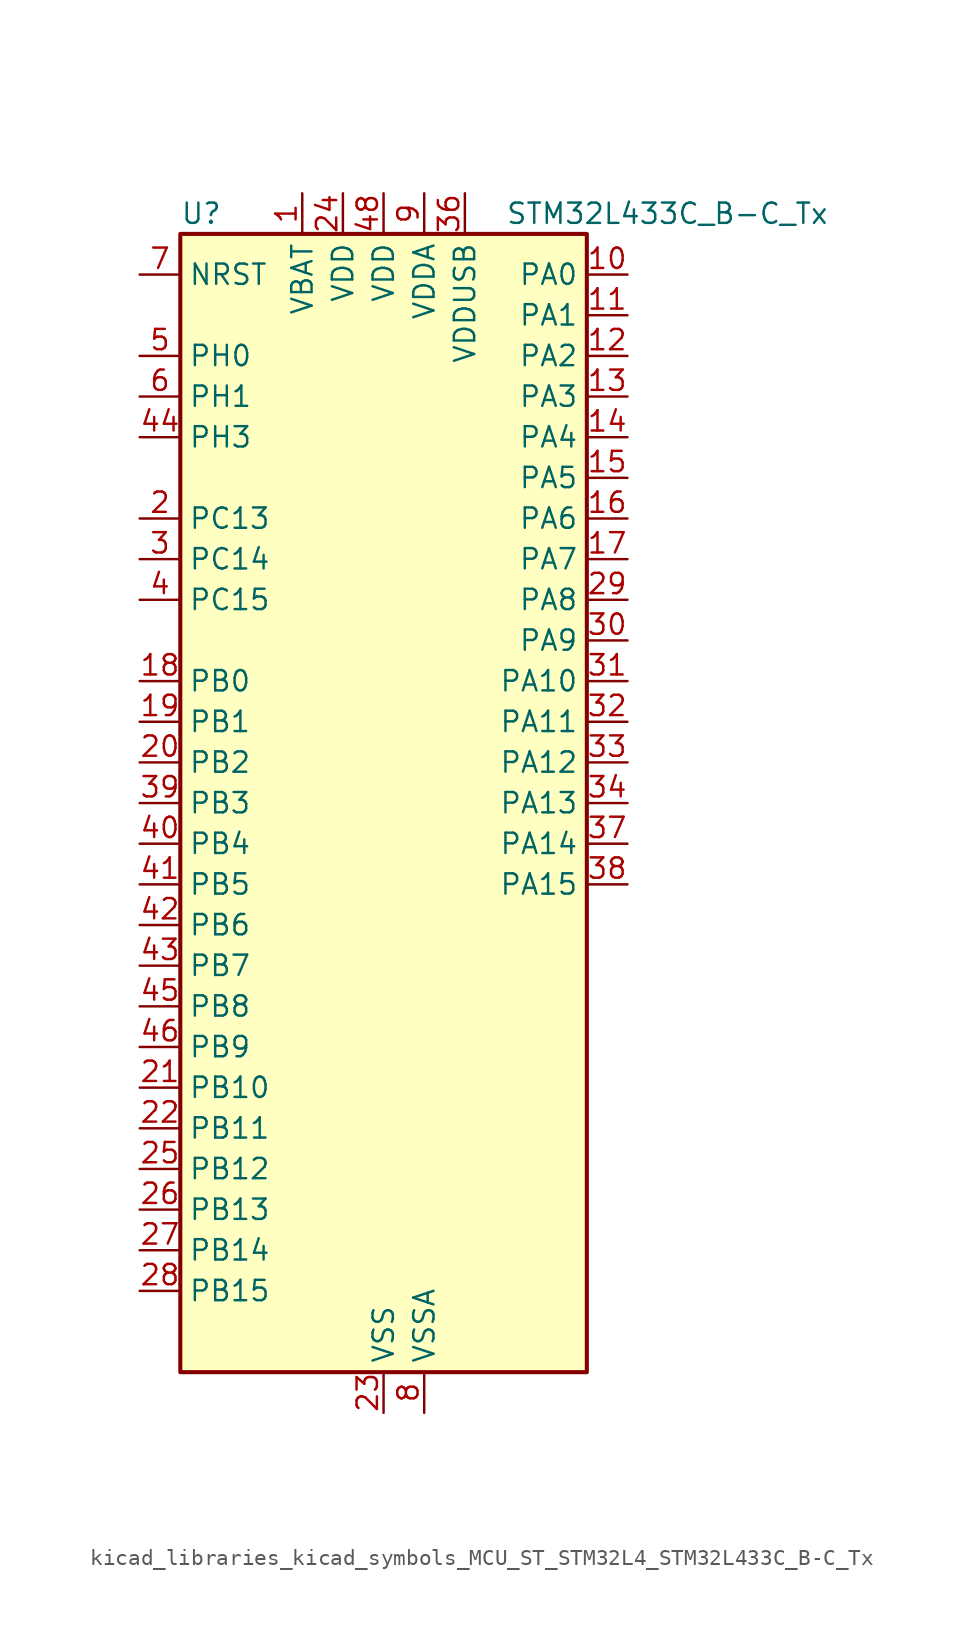
<source format=kicad_sym>
(kicad_symbol_lib
  (version 20220914)
  (generator kicad_symbol_editor)
  (symbol "kicad_libraries_kicad_symbols_MCU_ST_STM32L4_STM32L433C_B-C_Tx"
    (property "Reference" "U"
      (at -12.7 36.83 0)
      (effects (font (size 1.27 1.27)) (justify left)))
    (property "Value" "STM32L433C_B-C_Tx"
      (at 7.62 36.83 0)
      (effects (font (size 1.27 1.27)) (justify left)))
    (property "ki_locked" ""
      (at 0 0 0)
      (effects (font (size 1.27 1.27))))
    (symbol "kicad_libraries_kicad_symbols_MCU_ST_STM32L4_STM32L433C_B-C_Tx_0_1"
      (rectangle (start -12.7 -35.56) (end 12.7 35.56) (stroke (width 0.254) (type default)) (fill (type background))))
    (symbol "kicad_libraries_kicad_symbols_MCU_ST_STM32L4_STM32L433C_B-C_Tx_1_1"
      (pin power_in line (at -5.08 38.1 270) (length 2.54) (name "VBAT" (effects (font (size 1.27 1.27)))) (number "1" (effects (font (size 1.27 1.27)))))
      (pin bidirectional line (at 15.24 33.02 180) (length 2.54) (name "PA0" (effects (font (size 1.27 1.27)))) (number "10" (effects (font (size 1.27 1.27)))) (alternate "ADC1_IN5" bidirectional line) (alternate "COMP1_INM" bidirectional line) (alternate "COMP1_OUT" bidirectional line) (alternate "OPAMP1_VINP" bidirectional line) (alternate "RTC_TAMP2" bidirectional line) (alternate "SAI1_EXTCLK" bidirectional line) (alternate "SYS_WKUP1" bidirectional line) (alternate "TIM2_CH1" bidirectional line) (alternate "TIM2_ETR" bidirectional line) (alternate "USART2_CTS" bidirectional line))
      (pin bidirectional line (at 15.24 30.48 180) (length 2.54) (name "PA1" (effects (font (size 1.27 1.27)))) (number "11" (effects (font (size 1.27 1.27)))) (alternate "ADC1_IN6" bidirectional line) (alternate "COMP1_INP" bidirectional line) (alternate "I2C1_SMBA" bidirectional line) (alternate "LCD_SEG0" bidirectional line) (alternate "OPAMP1_VINM" bidirectional line) (alternate "SPI1_SCK" bidirectional line) (alternate "TIM15_CH1N" bidirectional line) (alternate "TIM2_CH2" bidirectional line) (alternate "USART2_DE" bidirectional line) (alternate "USART2_RTS" bidirectional line))
      (pin bidirectional line (at 15.24 27.94 180) (length 2.54) (name "PA2" (effects (font (size 1.27 1.27)))) (number "12" (effects (font (size 1.27 1.27)))) (alternate "ADC1_IN7" bidirectional line) (alternate "COMP2_INM" bidirectional line) (alternate "COMP2_OUT" bidirectional line) (alternate "LCD_SEG1" bidirectional line) (alternate "LPUART1_TX" bidirectional line) (alternate "QUADSPI_BK1_NCS" bidirectional line) (alternate "RCC_LSCO" bidirectional line) (alternate "SYS_WKUP4" bidirectional line) (alternate "TIM15_CH1" bidirectional line) (alternate "TIM2_CH3" bidirectional line) (alternate "USART2_TX" bidirectional line))
      (pin bidirectional line (at 15.24 25.4 180) (length 2.54) (name "PA3" (effects (font (size 1.27 1.27)))) (number "13" (effects (font (size 1.27 1.27)))) (alternate "ADC1_IN8" bidirectional line) (alternate "COMP2_INP" bidirectional line) (alternate "LCD_SEG2" bidirectional line) (alternate "LPUART1_RX" bidirectional line) (alternate "OPAMP1_VOUT" bidirectional line) (alternate "QUADSPI_CLK" bidirectional line) (alternate "SAI1_MCLK_A" bidirectional line) (alternate "TIM15_CH2" bidirectional line) (alternate "TIM2_CH4" bidirectional line) (alternate "USART2_RX" bidirectional line))
      (pin bidirectional line (at 15.24 22.86 180) (length 2.54) (name "PA4" (effects (font (size 1.27 1.27)))) (number "14" (effects (font (size 1.27 1.27)))) (alternate "ADC1_IN9" bidirectional line) (alternate "COMP1_INM" bidirectional line) (alternate "COMP2_INM" bidirectional line) (alternate "DAC1_OUT1" bidirectional line) (alternate "LPTIM2_OUT" bidirectional line) (alternate "SAI1_FS_B" bidirectional line) (alternate "SPI1_NSS" bidirectional line) (alternate "SPI3_NSS" bidirectional line) (alternate "USART2_CK" bidirectional line))
      (pin bidirectional line (at 15.24 20.32 180) (length 2.54) (name "PA5" (effects (font (size 1.27 1.27)))) (number "15" (effects (font (size 1.27 1.27)))) (alternate "ADC1_IN10" bidirectional line) (alternate "COMP1_INM" bidirectional line) (alternate "COMP2_INM" bidirectional line) (alternate "DAC1_OUT2" bidirectional line) (alternate "LPTIM2_ETR" bidirectional line) (alternate "SPI1_SCK" bidirectional line) (alternate "TIM2_CH1" bidirectional line) (alternate "TIM2_ETR" bidirectional line))
      (pin bidirectional line (at 15.24 17.78 180) (length 2.54) (name "PA6" (effects (font (size 1.27 1.27)))) (number "16" (effects (font (size 1.27 1.27)))) (alternate "ADC1_IN11" bidirectional line) (alternate "COMP1_OUT" bidirectional line) (alternate "LCD_SEG3" bidirectional line) (alternate "LPUART1_CTS" bidirectional line) (alternate "QUADSPI_BK1_IO3" bidirectional line) (alternate "SPI1_MISO" bidirectional line) (alternate "TIM16_CH1" bidirectional line) (alternate "TIM1_BKIN" bidirectional line) (alternate "TIM1_BKIN_COMP2" bidirectional line) (alternate "USART3_CTS" bidirectional line))
      (pin bidirectional line (at 15.24 15.24 180) (length 2.54) (name "PA7" (effects (font (size 1.27 1.27)))) (number "17" (effects (font (size 1.27 1.27)))) (alternate "ADC1_IN12" bidirectional line) (alternate "COMP2_OUT" bidirectional line) (alternate "I2C3_SCL" bidirectional line) (alternate "LCD_SEG4" bidirectional line) (alternate "QUADSPI_BK1_IO2" bidirectional line) (alternate "SPI1_MOSI" bidirectional line) (alternate "TIM1_CH1N" bidirectional line))
      (pin bidirectional line (at -15.24 7.62 0) (length 2.54) (name "PB0" (effects (font (size 1.27 1.27)))) (number "18" (effects (font (size 1.27 1.27)))) (alternate "ADC1_IN15" bidirectional line) (alternate "COMP1_OUT" bidirectional line) (alternate "LCD_SEG5" bidirectional line) (alternate "QUADSPI_BK1_IO1" bidirectional line) (alternate "SAI1_EXTCLK" bidirectional line) (alternate "SPI1_NSS" bidirectional line) (alternate "TIM1_CH2N" bidirectional line) (alternate "USART3_CK" bidirectional line))
      (pin bidirectional line (at -15.24 5.08 0) (length 2.54) (name "PB1" (effects (font (size 1.27 1.27)))) (number "19" (effects (font (size 1.27 1.27)))) (alternate "ADC1_IN16" bidirectional line) (alternate "COMP1_INM" bidirectional line) (alternate "LCD_SEG6" bidirectional line) (alternate "LPTIM2_IN1" bidirectional line) (alternate "LPUART1_DE" bidirectional line) (alternate "LPUART1_RTS" bidirectional line) (alternate "QUADSPI_BK1_IO0" bidirectional line) (alternate "TIM1_CH3N" bidirectional line) (alternate "USART3_DE" bidirectional line) (alternate "USART3_RTS" bidirectional line))
      (pin bidirectional line (at -15.24 17.78 0) (length 2.54) (name "PC13" (effects (font (size 1.27 1.27)))) (number "2" (effects (font (size 1.27 1.27)))) (alternate "RTC_OUT_ALARM" bidirectional line) (alternate "RTC_OUT_CALIB" bidirectional line) (alternate "RTC_TAMP1" bidirectional line) (alternate "RTC_TS" bidirectional line) (alternate "SYS_WKUP2" bidirectional line))
      (pin bidirectional line (at -15.24 2.54 0) (length 2.54) (name "PB2" (effects (font (size 1.27 1.27)))) (number "20" (effects (font (size 1.27 1.27)))) (alternate "COMP1_INP" bidirectional line) (alternate "I2C3_SMBA" bidirectional line) (alternate "LCD_VLCD" bidirectional line) (alternate "LPTIM1_OUT" bidirectional line) (alternate "RTC_OUT_ALARM" bidirectional line) (alternate "RTC_OUT_CALIB" bidirectional line))
      (pin bidirectional line (at -15.24 -17.78 0) (length 2.54) (name "PB10" (effects (font (size 1.27 1.27)))) (number "21" (effects (font (size 1.27 1.27)))) (alternate "COMP1_OUT" bidirectional line) (alternate "I2C2_SCL" bidirectional line) (alternate "LCD_SEG10" bidirectional line) (alternate "LPUART1_RX" bidirectional line) (alternate "QUADSPI_CLK" bidirectional line) (alternate "SAI1_SCK_A" bidirectional line) (alternate "SPI2_SCK" bidirectional line) (alternate "TIM2_CH3" bidirectional line) (alternate "TSC_SYNC" bidirectional line) (alternate "USART3_TX" bidirectional line))
      (pin bidirectional line (at -15.24 -20.32 0) (length 2.54) (name "PB11" (effects (font (size 1.27 1.27)))) (number "22" (effects (font (size 1.27 1.27)))) (alternate "ADC1_EXTI11" bidirectional line) (alternate "COMP2_OUT" bidirectional line) (alternate "I2C2_SDA" bidirectional line) (alternate "LCD_SEG11" bidirectional line) (alternate "LPUART1_TX" bidirectional line) (alternate "QUADSPI_BK1_NCS" bidirectional line) (alternate "TIM2_CH4" bidirectional line) (alternate "USART3_RX" bidirectional line))
      (pin power_in line (at 0 -38.1 90) (length 2.54) (name "VSS" (effects (font (size 1.27 1.27)))) (number "23" (effects (font (size 1.27 1.27)))))
      (pin power_in line (at -2.54 38.1 270) (length 2.54) (name "VDD" (effects (font (size 1.27 1.27)))) (number "24" (effects (font (size 1.27 1.27)))))
      (pin bidirectional line (at -15.24 -22.86 0) (length 2.54) (name "PB12" (effects (font (size 1.27 1.27)))) (number "25" (effects (font (size 1.27 1.27)))) (alternate "I2C2_SMBA" bidirectional line) (alternate "LCD_SEG12" bidirectional line) (alternate "LPUART1_DE" bidirectional line) (alternate "LPUART1_RTS" bidirectional line) (alternate "SAI1_FS_A" bidirectional line) (alternate "SPI2_NSS" bidirectional line) (alternate "SWPMI1_IO" bidirectional line) (alternate "TIM15_BKIN" bidirectional line) (alternate "TIM1_BKIN" bidirectional line) (alternate "TIM1_BKIN_COMP2" bidirectional line) (alternate "TSC_G1_IO1" bidirectional line) (alternate "USART3_CK" bidirectional line))
      (pin bidirectional line (at -15.24 -25.4 0) (length 2.54) (name "PB13" (effects (font (size 1.27 1.27)))) (number "26" (effects (font (size 1.27 1.27)))) (alternate "I2C2_SCL" bidirectional line) (alternate "LCD_SEG13" bidirectional line) (alternate "LPUART1_CTS" bidirectional line) (alternate "SAI1_SCK_A" bidirectional line) (alternate "SPI2_SCK" bidirectional line) (alternate "SWPMI1_TX" bidirectional line) (alternate "TIM15_CH1N" bidirectional line) (alternate "TIM1_CH1N" bidirectional line) (alternate "TSC_G1_IO2" bidirectional line) (alternate "USART3_CTS" bidirectional line))
      (pin bidirectional line (at -15.24 -27.94 0) (length 2.54) (name "PB14" (effects (font (size 1.27 1.27)))) (number "27" (effects (font (size 1.27 1.27)))) (alternate "I2C2_SDA" bidirectional line) (alternate "LCD_SEG14" bidirectional line) (alternate "SAI1_MCLK_A" bidirectional line) (alternate "SPI2_MISO" bidirectional line) (alternate "SWPMI1_RX" bidirectional line) (alternate "TIM15_CH1" bidirectional line) (alternate "TIM1_CH2N" bidirectional line) (alternate "TSC_G1_IO3" bidirectional line) (alternate "USART3_DE" bidirectional line) (alternate "USART3_RTS" bidirectional line))
      (pin bidirectional line (at -15.24 -30.48 0) (length 2.54) (name "PB15" (effects (font (size 1.27 1.27)))) (number "28" (effects (font (size 1.27 1.27)))) (alternate "ADC1_EXTI15" bidirectional line) (alternate "LCD_SEG15" bidirectional line) (alternate "RTC_REFIN" bidirectional line) (alternate "SAI1_SD_A" bidirectional line) (alternate "SPI2_MOSI" bidirectional line) (alternate "SWPMI1_SUSPEND" bidirectional line) (alternate "TIM15_CH2" bidirectional line) (alternate "TIM1_CH3N" bidirectional line) (alternate "TSC_G1_IO4" bidirectional line))
      (pin bidirectional line (at 15.24 12.7 180) (length 2.54) (name "PA8" (effects (font (size 1.27 1.27)))) (number "29" (effects (font (size 1.27 1.27)))) (alternate "LCD_COM0" bidirectional line) (alternate "LPTIM2_OUT" bidirectional line) (alternate "RCC_MCO" bidirectional line) (alternate "SAI1_SCK_A" bidirectional line) (alternate "SWPMI1_IO" bidirectional line) (alternate "TIM1_CH1" bidirectional line) (alternate "USART1_CK" bidirectional line))
      (pin bidirectional line (at -15.24 15.24 0) (length 2.54) (name "PC14" (effects (font (size 1.27 1.27)))) (number "3" (effects (font (size 1.27 1.27)))) (alternate "RCC_OSC32_IN" bidirectional line))
      (pin bidirectional line (at 15.24 10.16 180) (length 2.54) (name "PA9" (effects (font (size 1.27 1.27)))) (number "30" (effects (font (size 1.27 1.27)))) (alternate "DAC1_EXTI9" bidirectional line) (alternate "I2C1_SCL" bidirectional line) (alternate "LCD_COM1" bidirectional line) (alternate "SAI1_FS_A" bidirectional line) (alternate "TIM15_BKIN" bidirectional line) (alternate "TIM1_CH2" bidirectional line) (alternate "USART1_TX" bidirectional line))
      (pin bidirectional line (at 15.24 7.62 180) (length 2.54) (name "PA10" (effects (font (size 1.27 1.27)))) (number "31" (effects (font (size 1.27 1.27)))) (alternate "CRS_SYNC" bidirectional line) (alternate "I2C1_SDA" bidirectional line) (alternate "LCD_COM2" bidirectional line) (alternate "SAI1_SD_A" bidirectional line) (alternate "TIM1_CH3" bidirectional line) (alternate "USART1_RX" bidirectional line))
      (pin bidirectional line (at 15.24 5.08 180) (length 2.54) (name "PA11" (effects (font (size 1.27 1.27)))) (number "32" (effects (font (size 1.27 1.27)))) (alternate "ADC1_EXTI11" bidirectional line) (alternate "CAN1_RX" bidirectional line) (alternate "COMP1_OUT" bidirectional line) (alternate "SPI1_MISO" bidirectional line) (alternate "TIM1_BKIN2" bidirectional line) (alternate "TIM1_BKIN2_COMP1" bidirectional line) (alternate "TIM1_CH4" bidirectional line) (alternate "USART1_CTS" bidirectional line) (alternate "USB_DM" bidirectional line))
      (pin bidirectional line (at 15.24 2.54 180) (length 2.54) (name "PA12" (effects (font (size 1.27 1.27)))) (number "33" (effects (font (size 1.27 1.27)))) (alternate "CAN1_TX" bidirectional line) (alternate "SPI1_MOSI" bidirectional line) (alternate "TIM1_ETR" bidirectional line) (alternate "USART1_DE" bidirectional line) (alternate "USART1_RTS" bidirectional line) (alternate "USB_DP" bidirectional line))
      (pin bidirectional line (at 15.24 0 180) (length 2.54) (name "PA13" (effects (font (size 1.27 1.27)))) (number "34" (effects (font (size 1.27 1.27)))) (alternate "IR_OUT" bidirectional line) (alternate "SAI1_SD_B" bidirectional line) (alternate "SWPMI1_TX" bidirectional line) (alternate "SYS_JTMS-SWDIO" bidirectional line) (alternate "USB_NOE" bidirectional line))
      (pin passive line (at 0 -38.1 90) (length 2.54) hide (name "VSS" (effects (font (size 1.27 1.27)))) (number "35" (effects (font (size 1.27 1.27)))))
      (pin power_in line (at 5.08 38.1 270) (length 2.54) (name "VDDUSB" (effects (font (size 1.27 1.27)))) (number "36" (effects (font (size 1.27 1.27)))))
      (pin bidirectional line (at 15.24 -2.54 180) (length 2.54) (name "PA14" (effects (font (size 1.27 1.27)))) (number "37" (effects (font (size 1.27 1.27)))) (alternate "I2C1_SMBA" bidirectional line) (alternate "LPTIM1_OUT" bidirectional line) (alternate "SAI1_FS_B" bidirectional line) (alternate "SWPMI1_RX" bidirectional line) (alternate "SYS_JTCK-SWCLK" bidirectional line))
      (pin bidirectional line (at 15.24 -5.08 180) (length 2.54) (name "PA15" (effects (font (size 1.27 1.27)))) (number "38" (effects (font (size 1.27 1.27)))) (alternate "ADC1_EXTI15" bidirectional line) (alternate "LCD_SEG17" bidirectional line) (alternate "SPI1_NSS" bidirectional line) (alternate "SPI3_NSS" bidirectional line) (alternate "SWPMI1_SUSPEND" bidirectional line) (alternate "SYS_JTDI" bidirectional line) (alternate "TIM2_CH1" bidirectional line) (alternate "TIM2_ETR" bidirectional line) (alternate "USART2_RX" bidirectional line) (alternate "USART3_DE" bidirectional line) (alternate "USART3_RTS" bidirectional line))
      (pin bidirectional line (at -15.24 0 0) (length 2.54) (name "PB3" (effects (font (size 1.27 1.27)))) (number "39" (effects (font (size 1.27 1.27)))) (alternate "COMP2_INM" bidirectional line) (alternate "LCD_SEG7" bidirectional line) (alternate "SAI1_SCK_B" bidirectional line) (alternate "SPI1_SCK" bidirectional line) (alternate "SPI3_SCK" bidirectional line) (alternate "SYS_JTDO-SWO" bidirectional line) (alternate "TIM2_CH2" bidirectional line) (alternate "USART1_DE" bidirectional line) (alternate "USART1_RTS" bidirectional line))
      (pin bidirectional line (at -15.24 12.7 0) (length 2.54) (name "PC15" (effects (font (size 1.27 1.27)))) (number "4" (effects (font (size 1.27 1.27)))) (alternate "ADC1_EXTI15" bidirectional line) (alternate "RCC_OSC32_OUT" bidirectional line))
      (pin bidirectional line (at -15.24 -2.54 0) (length 2.54) (name "PB4" (effects (font (size 1.27 1.27)))) (number "40" (effects (font (size 1.27 1.27)))) (alternate "COMP2_INP" bidirectional line) (alternate "I2C3_SDA" bidirectional line) (alternate "LCD_SEG8" bidirectional line) (alternate "SAI1_MCLK_B" bidirectional line) (alternate "SPI1_MISO" bidirectional line) (alternate "SPI3_MISO" bidirectional line) (alternate "SYS_JTRST" bidirectional line) (alternate "TSC_G2_IO1" bidirectional line) (alternate "USART1_CTS" bidirectional line))
      (pin bidirectional line (at -15.24 -5.08 0) (length 2.54) (name "PB5" (effects (font (size 1.27 1.27)))) (number "41" (effects (font (size 1.27 1.27)))) (alternate "COMP2_OUT" bidirectional line) (alternate "I2C1_SMBA" bidirectional line) (alternate "LCD_SEG9" bidirectional line) (alternate "LPTIM1_IN1" bidirectional line) (alternate "SAI1_SD_B" bidirectional line) (alternate "SPI1_MOSI" bidirectional line) (alternate "SPI3_MOSI" bidirectional line) (alternate "TIM16_BKIN" bidirectional line) (alternate "TSC_G2_IO2" bidirectional line) (alternate "USART1_CK" bidirectional line))
      (pin bidirectional line (at -15.24 -7.62 0) (length 2.54) (name "PB6" (effects (font (size 1.27 1.27)))) (number "42" (effects (font (size 1.27 1.27)))) (alternate "COMP2_INP" bidirectional line) (alternate "I2C1_SCL" bidirectional line) (alternate "LPTIM1_ETR" bidirectional line) (alternate "SAI1_FS_B" bidirectional line) (alternate "TIM16_CH1N" bidirectional line) (alternate "TSC_G2_IO3" bidirectional line) (alternate "USART1_TX" bidirectional line))
      (pin bidirectional line (at -15.24 -10.16 0) (length 2.54) (name "PB7" (effects (font (size 1.27 1.27)))) (number "43" (effects (font (size 1.27 1.27)))) (alternate "COMP2_INM" bidirectional line) (alternate "I2C1_SDA" bidirectional line) (alternate "LCD_SEG21" bidirectional line) (alternate "LPTIM1_IN2" bidirectional line) (alternate "SYS_PVD_IN" bidirectional line) (alternate "TSC_G2_IO4" bidirectional line) (alternate "USART1_RX" bidirectional line))
      (pin bidirectional line (at -15.24 22.86 0) (length 2.54) (name "PH3" (effects (font (size 1.27 1.27)))) (number "44" (effects (font (size 1.27 1.27)))))
      (pin bidirectional line (at -15.24 -12.7 0) (length 2.54) (name "PB8" (effects (font (size 1.27 1.27)))) (number "45" (effects (font (size 1.27 1.27)))) (alternate "CAN1_RX" bidirectional line) (alternate "I2C1_SCL" bidirectional line) (alternate "LCD_SEG16" bidirectional line) (alternate "SAI1_MCLK_A" bidirectional line) (alternate "TIM16_CH1" bidirectional line))
      (pin bidirectional line (at -15.24 -15.24 0) (length 2.54) (name "PB9" (effects (font (size 1.27 1.27)))) (number "46" (effects (font (size 1.27 1.27)))) (alternate "CAN1_TX" bidirectional line) (alternate "DAC1_EXTI9" bidirectional line) (alternate "I2C1_SDA" bidirectional line) (alternate "IR_OUT" bidirectional line) (alternate "LCD_COM3" bidirectional line) (alternate "SAI1_FS_A" bidirectional line) (alternate "SPI2_NSS" bidirectional line))
      (pin passive line (at 0 -38.1 90) (length 2.54) hide (name "VSS" (effects (font (size 1.27 1.27)))) (number "47" (effects (font (size 1.27 1.27)))))
      (pin power_in line (at 0 38.1 270) (length 2.54) (name "VDD" (effects (font (size 1.27 1.27)))) (number "48" (effects (font (size 1.27 1.27)))))
      (pin bidirectional line (at -15.24 27.94 0) (length 2.54) (name "PH0" (effects (font (size 1.27 1.27)))) (number "5" (effects (font (size 1.27 1.27)))) (alternate "RCC_OSC_IN" bidirectional line))
      (pin bidirectional line (at -15.24 25.4 0) (length 2.54) (name "PH1" (effects (font (size 1.27 1.27)))) (number "6" (effects (font (size 1.27 1.27)))) (alternate "RCC_OSC_OUT" bidirectional line))
      (pin input line (at -15.24 33.02 0) (length 2.54) (name "NRST" (effects (font (size 1.27 1.27)))) (number "7" (effects (font (size 1.27 1.27)))))
      (pin power_in line (at 2.54 -38.1 90) (length 2.54) (name "VSSA" (effects (font (size 1.27 1.27)))) (number "8" (effects (font (size 1.27 1.27)))))
      (pin power_in line (at 2.54 38.1 270) (length 2.54) (name "VDDA" (effects (font (size 1.27 1.27)))) (number "9" (effects (font (size 1.27 1.27))))))))
</source>
